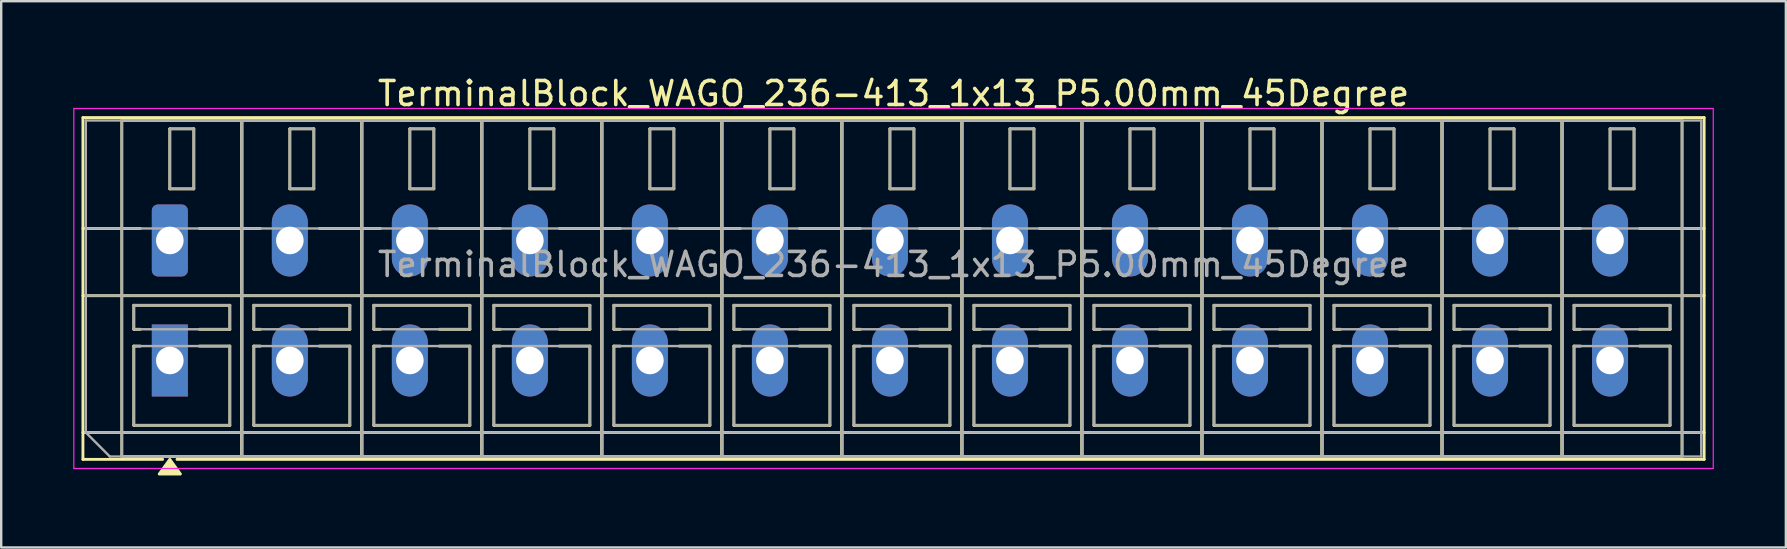
<source format=kicad_pcb>
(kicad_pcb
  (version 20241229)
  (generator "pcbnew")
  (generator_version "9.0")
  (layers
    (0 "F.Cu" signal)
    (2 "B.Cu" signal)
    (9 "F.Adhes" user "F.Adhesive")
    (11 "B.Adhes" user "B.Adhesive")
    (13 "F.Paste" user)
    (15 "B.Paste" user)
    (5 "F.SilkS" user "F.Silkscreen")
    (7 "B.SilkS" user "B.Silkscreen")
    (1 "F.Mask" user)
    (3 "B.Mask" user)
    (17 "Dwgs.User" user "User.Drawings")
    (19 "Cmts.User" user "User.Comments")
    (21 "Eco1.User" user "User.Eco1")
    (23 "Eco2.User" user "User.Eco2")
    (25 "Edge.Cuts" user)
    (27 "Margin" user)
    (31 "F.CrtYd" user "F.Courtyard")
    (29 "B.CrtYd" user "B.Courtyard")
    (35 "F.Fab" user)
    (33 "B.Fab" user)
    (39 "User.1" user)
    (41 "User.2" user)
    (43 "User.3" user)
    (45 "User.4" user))
  (footprint "TerminalBlock_WAGO_236-413_1x13_P5.00mm_45Degree"
    (layer "F.Cu")
    (at 4.025 6.968)
    (property "Reference" "TerminalBlock_WAGO_236-413_1x13_P5.00mm_45Degree" (at 30.15 -6.12 0) (layer "F.SilkS") (effects (font (size 1 1) (thickness 0.15))))
    (attr through_hole)
    (fp_line (start -3.62 -5.12) (end 63.92 -5.12) (stroke (width 0.12) (type solid)) (layer "F.SilkS"))
    (fp_line (start -3.62 -0.5) (end -1.23 -0.5) (stroke (width 0.12) (type solid)) (layer "F.SilkS"))
    (fp_line (start -3.62 2.3) (end 63.92 2.3) (stroke (width 0.12) (type solid)) (layer "F.SilkS"))
    (fp_line (start -3.62 8) (end 63.92 8) (stroke (width 0.12) (type solid)) (layer "F.SilkS"))
    (fp_line (start -3.62 9.12) (end -3.62 -5.12) (stroke (width 0.12) (type solid)) (layer "F.SilkS"))
    (fp_line (start -2 -5) (end 3 -5) (stroke (width 0.12) (type solid)) (layer "F.SilkS"))
    (fp_line (start -2 9) (end -2 -5) (stroke (width 0.12) (type solid)) (layer "F.SilkS"))
    (fp_line (start -1.5 2.7) (end 2.5 2.7) (stroke (width 0.12) (type solid)) (layer "F.SilkS"))
    (fp_line (start -1.5 3.7) (end -1.5 2.7) (stroke (width 0.12) (type solid)) (layer "F.SilkS"))
    (fp_line (start -1.5 4.4) (end -1.23 4.4) (stroke (width 0.12) (type solid)) (layer "F.SilkS"))
    (fp_line (start -1.5 7.7) (end -1.5 4.4) (stroke (width 0.12) (type solid)) (layer "F.SilkS"))
    (fp_line (start -1.23 3.7) (end -1.5 3.7) (stroke (width 0.12) (type solid)) (layer "F.SilkS"))
    (fp_line (start -0.3 9.12) (end -3.62 9.12) (stroke (width 0.12) (type solid)) (layer "F.SilkS"))
    (fp_line (start 0 -4.65) (end 1 -4.65) (stroke (width 0.12) (type solid)) (layer "F.SilkS"))
    (fp_line (start 0 -2.15) (end 0 -4.65) (stroke (width 0.12) (type solid)) (layer "F.SilkS"))
    (fp_line (start 1 -4.65) (end 1 -2.15) (stroke (width 0.12) (type solid)) (layer "F.SilkS"))
    (fp_line (start 1 -2.15) (end 0 -2.15) (stroke (width 0.12) (type solid)) (layer "F.SilkS"))
    (fp_line (start 1.23 -0.5) (end 3.77 -0.5) (stroke (width 0.12) (type solid)) (layer "F.SilkS"))
    (fp_line (start 1.23 4.4) (end 2.5 4.4) (stroke (width 0.12) (type solid)) (layer "F.SilkS"))
    (fp_line (start 2.5 2.7) (end 2.5 3.7) (stroke (width 0.12) (type solid)) (layer "F.SilkS"))
    (fp_line (start 2.5 3.7) (end 1.23 3.7) (stroke (width 0.12) (type solid)) (layer "F.SilkS"))
    (fp_line (start 2.5 4.4) (end 2.5 7.7) (stroke (width 0.12) (type solid)) (layer "F.SilkS"))
    (fp_line (start 2.5 7.7) (end -1.5 7.7) (stroke (width 0.12) (type solid)) (layer "F.SilkS"))
    (fp_line (start 3 -5) (end 3 9) (stroke (width 0.12) (type solid)) (layer "F.SilkS"))
    (fp_line (start 3 -5) (end 8 -5) (stroke (width 0.12) (type solid)) (layer "F.SilkS"))
    (fp_line (start 3 9) (end -2 9) (stroke (width 0.12) (type solid)) (layer "F.SilkS"))
    (fp_line (start 3 9) (end 3 -5) (stroke (width 0.12) (type solid)) (layer "F.SilkS"))
    (fp_line (start 3.5 2.7) (end 7.5 2.7) (stroke (width 0.12) (type solid)) (layer "F.SilkS"))
    (fp_line (start 3.5 3.7) (end 3.5 2.7) (stroke (width 0.12) (type solid)) (layer "F.SilkS"))
    (fp_line (start 3.5 4.4) (end 3.77 4.4) (stroke (width 0.12) (type solid)) (layer "F.SilkS"))
    (fp_line (start 3.5 7.7) (end 3.5 4.4) (stroke (width 0.12) (type solid)) (layer "F.SilkS"))
    (fp_line (start 3.77 3.7) (end 3.5 3.7) (stroke (width 0.12) (type solid)) (layer "F.SilkS"))
    (fp_line (start 5 -4.65) (end 6 -4.65) (stroke (width 0.12) (type solid)) (layer "F.SilkS"))
    (fp_line (start 5 -2.15) (end 5 -4.65) (stroke (width 0.12) (type solid)) (layer "F.SilkS"))
    (fp_line (start 6 -4.65) (end 6 -2.15) (stroke (width 0.12) (type solid)) (layer "F.SilkS"))
    (fp_line (start 6 -2.15) (end 5 -2.15) (stroke (width 0.12) (type solid)) (layer "F.SilkS"))
    (fp_line (start 6.23 -0.5) (end 8.77 -0.5) (stroke (width 0.12) (type solid)) (layer "F.SilkS"))
    (fp_line (start 6.23 4.4) (end 7.5 4.4) (stroke (width 0.12) (type solid)) (layer "F.SilkS"))
    (fp_line (start 7.5 2.7) (end 7.5 3.7) (stroke (width 0.12) (type solid)) (layer "F.SilkS"))
    (fp_line (start 7.5 3.7) (end 6.23 3.7) (stroke (width 0.12) (type solid)) (layer "F.SilkS"))
    (fp_line (start 7.5 4.4) (end 7.5 7.7) (stroke (width 0.12) (type solid)) (layer "F.SilkS"))
    (fp_line (start 7.5 7.7) (end 3.5 7.7) (stroke (width 0.12) (type solid)) (layer "F.SilkS"))
    (fp_line (start 8 -5) (end 8 9) (stroke (width 0.12) (type solid)) (layer "F.SilkS"))
    (fp_line (start 8 -5) (end 13 -5) (stroke (width 0.12) (type solid)) (layer "F.SilkS"))
    (fp_line (start 8 9) (end 3 9) (stroke (width 0.12) (type solid)) (layer "F.SilkS"))
    (fp_line (start 8 9) (end 8 -5) (stroke (width 0.12) (type solid)) (layer "F.SilkS"))
    (fp_line (start 8.5 2.7) (end 12.5 2.7) (stroke (width 0.12) (type solid)) (layer "F.SilkS"))
    (fp_line (start 8.5 3.7) (end 8.5 2.7) (stroke (width 0.12) (type solid)) (layer "F.SilkS"))
    (fp_line (start 8.5 4.4) (end 8.77 4.4) (stroke (width 0.12) (type solid)) (layer "F.SilkS"))
    (fp_line (start 8.5 7.7) (end 8.5 4.4) (stroke (width 0.12) (type solid)) (layer "F.SilkS"))
    (fp_line (start 8.77 3.7) (end 8.5 3.7) (stroke (width 0.12) (type solid)) (layer "F.SilkS"))
    (fp_line (start 10 -4.65) (end 11 -4.65) (stroke (width 0.12) (type solid)) (layer "F.SilkS"))
    (fp_line (start 10 -2.15) (end 10 -4.65) (stroke (width 0.12) (type solid)) (layer "F.SilkS"))
    (fp_line (start 11 -4.65) (end 11 -2.15) (stroke (width 0.12) (type solid)) (layer "F.SilkS"))
    (fp_line (start 11 -2.15) (end 10 -2.15) (stroke (width 0.12) (type solid)) (layer "F.SilkS"))
    (fp_line (start 11.23 -0.5) (end 13.77 -0.5) (stroke (width 0.12) (type solid)) (layer "F.SilkS"))
    (fp_line (start 11.23 4.4) (end 12.5 4.4) (stroke (width 0.12) (type solid)) (layer "F.SilkS"))
    (fp_line (start 12.5 2.7) (end 12.5 3.7) (stroke (width 0.12) (type solid)) (layer "F.SilkS"))
    (fp_line (start 12.5 3.7) (end 11.23 3.7) (stroke (width 0.12) (type solid)) (layer "F.SilkS"))
    (fp_line (start 12.5 4.4) (end 12.5 7.7) (stroke (width 0.12) (type solid)) (layer "F.SilkS"))
    (fp_line (start 12.5 7.7) (end 8.5 7.7) (stroke (width 0.12) (type solid)) (layer "F.SilkS"))
    (fp_line (start 13 -5) (end 13 9) (stroke (width 0.12) (type solid)) (layer "F.SilkS"))
    (fp_line (start 13 -5) (end 18 -5) (stroke (width 0.12) (type solid)) (layer "F.SilkS"))
    (fp_line (start 13 9) (end 8 9) (stroke (width 0.12) (type solid)) (layer "F.SilkS"))
    (fp_line (start 13 9) (end 13 -5) (stroke (width 0.12) (type solid)) (layer "F.SilkS"))
    (fp_line (start 13.5 2.7) (end 17.5 2.7) (stroke (width 0.12) (type solid)) (layer "F.SilkS"))
    (fp_line (start 13.5 3.7) (end 13.5 2.7) (stroke (width 0.12) (type solid)) (layer "F.SilkS"))
    (fp_line (start 13.5 4.4) (end 13.77 4.4) (stroke (width 0.12) (type solid)) (layer "F.SilkS"))
    (fp_line (start 13.5 7.7) (end 13.5 4.4) (stroke (width 0.12) (type solid)) (layer "F.SilkS"))
    (fp_line (start 13.77 3.7) (end 13.5 3.7) (stroke (width 0.12) (type solid)) (layer "F.SilkS"))
    (fp_line (start 15 -4.65) (end 16 -4.65) (stroke (width 0.12) (type solid)) (layer "F.SilkS"))
    (fp_line (start 15 -2.15) (end 15 -4.65) (stroke (width 0.12) (type solid)) (layer "F.SilkS"))
    (fp_line (start 16 -4.65) (end 16 -2.15) (stroke (width 0.12) (type solid)) (layer "F.SilkS"))
    (fp_line (start 16 -2.15) (end 15 -2.15) (stroke (width 0.12) (type solid)) (layer "F.SilkS"))
    (fp_line (start 16.23 -0.5) (end 18.77 -0.5) (stroke (width 0.12) (type solid)) (layer "F.SilkS"))
    (fp_line (start 16.23 4.4) (end 17.5 4.4) (stroke (width 0.12) (type solid)) (layer "F.SilkS"))
    (fp_line (start 17.5 2.7) (end 17.5 3.7) (stroke (width 0.12) (type solid)) (layer "F.SilkS"))
    (fp_line (start 17.5 3.7) (end 16.23 3.7) (stroke (width 0.12) (type solid)) (layer "F.SilkS"))
    (fp_line (start 17.5 4.4) (end 17.5 7.7) (stroke (width 0.12) (type solid)) (layer "F.SilkS"))
    (fp_line (start 17.5 7.7) (end 13.5 7.7) (stroke (width 0.12) (type solid)) (layer "F.SilkS"))
    (fp_line (start 18 -5) (end 18 9) (stroke (width 0.12) (type solid)) (layer "F.SilkS"))
    (fp_line (start 18 -5) (end 23 -5) (stroke (width 0.12) (type solid)) (layer "F.SilkS"))
    (fp_line (start 18 9) (end 13 9) (stroke (width 0.12) (type solid)) (layer "F.SilkS"))
    (fp_line (start 18 9) (end 18 -5) (stroke (width 0.12) (type solid)) (layer "F.SilkS"))
    (fp_line (start 18.5 2.7) (end 22.5 2.7) (stroke (width 0.12) (type solid)) (layer "F.SilkS"))
    (fp_line (start 18.5 3.7) (end 18.5 2.7) (stroke (width 0.12) (type solid)) (layer "F.SilkS"))
    (fp_line (start 18.5 4.4) (end 18.77 4.4) (stroke (width 0.12) (type solid)) (layer "F.SilkS"))
    (fp_line (start 18.5 7.7) (end 18.5 4.4) (stroke (width 0.12) (type solid)) (layer "F.SilkS"))
    (fp_line (start 18.77 3.7) (end 18.5 3.7) (stroke (width 0.12) (type solid)) (layer "F.SilkS"))
    (fp_line (start 20 -4.65) (end 21 -4.65) (stroke (width 0.12) (type solid)) (layer "F.SilkS"))
    (fp_line (start 20 -2.15) (end 20 -4.65) (stroke (width 0.12) (type solid)) (layer "F.SilkS"))
    (fp_line (start 21 -4.65) (end 21 -2.15) (stroke (width 0.12) (type solid)) (layer "F.SilkS"))
    (fp_line (start 21 -2.15) (end 20 -2.15) (stroke (width 0.12) (type solid)) (layer "F.SilkS"))
    (fp_line (start 21.23 -0.5) (end 23.77 -0.5) (stroke (width 0.12) (type solid)) (layer "F.SilkS"))
    (fp_line (start 21.23 4.4) (end 22.5 4.4) (stroke (width 0.12) (type solid)) (layer "F.SilkS"))
    (fp_line (start 22.5 2.7) (end 22.5 3.7) (stroke (width 0.12) (type solid)) (layer "F.SilkS"))
    (fp_line (start 22.5 3.7) (end 21.23 3.7) (stroke (width 0.12) (type solid)) (layer "F.SilkS"))
    (fp_line (start 22.5 4.4) (end 22.5 7.7) (stroke (width 0.12) (type solid)) (layer "F.SilkS"))
    (fp_line (start 22.5 7.7) (end 18.5 7.7) (stroke (width 0.12) (type solid)) (layer "F.SilkS"))
    (fp_line (start 23 -5) (end 23 9) (stroke (width 0.12) (type solid)) (layer "F.SilkS"))
    (fp_line (start 23 -5) (end 28 -5) (stroke (width 0.12) (type solid)) (layer "F.SilkS"))
    (fp_line (start 23 9) (end 18 9) (stroke (width 0.12) (type solid)) (layer "F.SilkS"))
    (fp_line (start 23 9) (end 23 -5) (stroke (width 0.12) (type solid)) (layer "F.SilkS"))
    (fp_line (start 23.5 2.7) (end 27.5 2.7) (stroke (width 0.12) (type solid)) (layer "F.SilkS"))
    (fp_line (start 23.5 3.7) (end 23.5 2.7) (stroke (width 0.12) (type solid)) (layer "F.SilkS"))
    (fp_line (start 23.5 4.4) (end 23.77 4.4) (stroke (width 0.12) (type solid)) (layer "F.SilkS"))
    (fp_line (start 23.5 7.7) (end 23.5 4.4) (stroke (width 0.12) (type solid)) (layer "F.SilkS"))
    (fp_line (start 23.77 3.7) (end 23.5 3.7) (stroke (width 0.12) (type solid)) (layer "F.SilkS"))
    (fp_line (start 25 -4.65) (end 26 -4.65) (stroke (width 0.12) (type solid)) (layer "F.SilkS"))
    (fp_line (start 25 -2.15) (end 25 -4.65) (stroke (width 0.12) (type solid)) (layer "F.SilkS"))
    (fp_line (start 26 -4.65) (end 26 -2.15) (stroke (width 0.12) (type solid)) (layer "F.SilkS"))
    (fp_line (start 26 -2.15) (end 25 -2.15) (stroke (width 0.12) (type solid)) (layer "F.SilkS"))
    (fp_line (start 26.23 -0.5) (end 28.77 -0.5) (stroke (width 0.12) (type solid)) (layer "F.SilkS"))
    (fp_line (start 26.23 4.4) (end 27.5 4.4) (stroke (width 0.12) (type solid)) (layer "F.SilkS"))
    (fp_line (start 27.5 2.7) (end 27.5 3.7) (stroke (width 0.12) (type solid)) (layer "F.SilkS"))
    (fp_line (start 27.5 3.7) (end 26.23 3.7) (stroke (width 0.12) (type solid)) (layer "F.SilkS"))
    (fp_line (start 27.5 4.4) (end 27.5 7.7) (stroke (width 0.12) (type solid)) (layer "F.SilkS"))
    (fp_line (start 27.5 7.7) (end 23.5 7.7) (stroke (width 0.12) (type solid)) (layer "F.SilkS"))
    (fp_line (start 28 -5) (end 28 9) (stroke (width 0.12) (type solid)) (layer "F.SilkS"))
    (fp_line (start 28 -5) (end 33 -5) (stroke (width 0.12) (type solid)) (layer "F.SilkS"))
    (fp_line (start 28 9) (end 23 9) (stroke (width 0.12) (type solid)) (layer "F.SilkS"))
    (fp_line (start 28 9) (end 28 -5) (stroke (width 0.12) (type solid)) (layer "F.SilkS"))
    (fp_line (start 28.5 2.7) (end 32.5 2.7) (stroke (width 0.12) (type solid)) (layer "F.SilkS"))
    (fp_line (start 28.5 3.7) (end 28.5 2.7) (stroke (width 0.12) (type solid)) (layer "F.SilkS"))
    (fp_line (start 28.5 4.4) (end 28.77 4.4) (stroke (width 0.12) (type solid)) (layer "F.SilkS"))
    (fp_line (start 28.5 7.7) (end 28.5 4.4) (stroke (width 0.12) (type solid)) (layer "F.SilkS"))
    (fp_line (start 28.77 3.7) (end 28.5 3.7) (stroke (width 0.12) (type solid)) (layer "F.SilkS"))
    (fp_line (start 30 -4.65) (end 31 -4.65) (stroke (width 0.12) (type solid)) (layer "F.SilkS"))
    (fp_line (start 30 -2.15) (end 30 -4.65) (stroke (width 0.12) (type solid)) (layer "F.SilkS"))
    (fp_line (start 31 -4.65) (end 31 -2.15) (stroke (width 0.12) (type solid)) (layer "F.SilkS"))
    (fp_line (start 31 -2.15) (end 30 -2.15) (stroke (width 0.12) (type solid)) (layer "F.SilkS"))
    (fp_line (start 31.23 -0.5) (end 33.77 -0.5) (stroke (width 0.12) (type solid)) (layer "F.SilkS"))
    (fp_line (start 31.23 4.4) (end 32.5 4.4) (stroke (width 0.12) (type solid)) (layer "F.SilkS"))
    (fp_line (start 32.5 2.7) (end 32.5 3.7) (stroke (width 0.12) (type solid)) (layer "F.SilkS"))
    (fp_line (start 32.5 3.7) (end 31.23 3.7) (stroke (width 0.12) (type solid)) (layer "F.SilkS"))
    (fp_line (start 32.5 4.4) (end 32.5 7.7) (stroke (width 0.12) (type solid)) (layer "F.SilkS"))
    (fp_line (start 32.5 7.7) (end 28.5 7.7) (stroke (width 0.12) (type solid)) (layer "F.SilkS"))
    (fp_line (start 33 -5) (end 33 9) (stroke (width 0.12) (type solid)) (layer "F.SilkS"))
    (fp_line (start 33 -5) (end 38 -5) (stroke (width 0.12) (type solid)) (layer "F.SilkS"))
    (fp_line (start 33 9) (end 28 9) (stroke (width 0.12) (type solid)) (layer "F.SilkS"))
    (fp_line (start 33 9) (end 33 -5) (stroke (width 0.12) (type solid)) (layer "F.SilkS"))
    (fp_line (start 33.5 2.7) (end 37.5 2.7) (stroke (width 0.12) (type solid)) (layer "F.SilkS"))
    (fp_line (start 33.5 3.7) (end 33.5 2.7) (stroke (width 0.12) (type solid)) (layer "F.SilkS"))
    (fp_line (start 33.5 4.4) (end 33.77 4.4) (stroke (width 0.12) (type solid)) (layer "F.SilkS"))
    (fp_line (start 33.5 7.7) (end 33.5 4.4) (stroke (width 0.12) (type solid)) (layer "F.SilkS"))
    (fp_line (start 33.77 3.7) (end 33.5 3.7) (stroke (width 0.12) (type solid)) (layer "F.SilkS"))
    (fp_line (start 35 -4.65) (end 36 -4.65) (stroke (width 0.12) (type solid)) (layer "F.SilkS"))
    (fp_line (start 35 -2.15) (end 35 -4.65) (stroke (width 0.12) (type solid)) (layer "F.SilkS"))
    (fp_line (start 36 -4.65) (end 36 -2.15) (stroke (width 0.12) (type solid)) (layer "F.SilkS"))
    (fp_line (start 36 -2.15) (end 35 -2.15) (stroke (width 0.12) (type solid)) (layer "F.SilkS"))
    (fp_line (start 36.23 -0.5) (end 38.77 -0.5) (stroke (width 0.12) (type solid)) (layer "F.SilkS"))
    (fp_line (start 36.23 4.4) (end 37.5 4.4) (stroke (width 0.12) (type solid)) (layer "F.SilkS"))
    (fp_line (start 37.5 2.7) (end 37.5 3.7) (stroke (width 0.12) (type solid)) (layer "F.SilkS"))
    (fp_line (start 37.5 3.7) (end 36.23 3.7) (stroke (width 0.12) (type solid)) (layer "F.SilkS"))
    (fp_line (start 37.5 4.4) (end 37.5 7.7) (stroke (width 0.12) (type solid)) (layer "F.SilkS"))
    (fp_line (start 37.5 7.7) (end 33.5 7.7) (stroke (width 0.12) (type solid)) (layer "F.SilkS"))
    (fp_line (start 38 -5) (end 38 9) (stroke (width 0.12) (type solid)) (layer "F.SilkS"))
    (fp_line (start 38 -5) (end 43 -5) (stroke (width 0.12) (type solid)) (layer "F.SilkS"))
    (fp_line (start 38 9) (end 33 9) (stroke (width 0.12) (type solid)) (layer "F.SilkS"))
    (fp_line (start 38 9) (end 38 -5) (stroke (width 0.12) (type solid)) (layer "F.SilkS"))
    (fp_line (start 38.5 2.7) (end 42.5 2.7) (stroke (width 0.12) (type solid)) (layer "F.SilkS"))
    (fp_line (start 38.5 3.7) (end 38.5 2.7) (stroke (width 0.12) (type solid)) (layer "F.SilkS"))
    (fp_line (start 38.5 4.4) (end 38.77 4.4) (stroke (width 0.12) (type solid)) (layer "F.SilkS"))
    (fp_line (start 38.5 7.7) (end 38.5 4.4) (stroke (width 0.12) (type solid)) (layer "F.SilkS"))
    (fp_line (start 38.77 3.7) (end 38.5 3.7) (stroke (width 0.12) (type solid)) (layer "F.SilkS"))
    (fp_line (start 40 -4.65) (end 41 -4.65) (stroke (width 0.12) (type solid)) (layer "F.SilkS"))
    (fp_line (start 40 -2.15) (end 40 -4.65) (stroke (width 0.12) (type solid)) (layer "F.SilkS"))
    (fp_line (start 41 -4.65) (end 41 -2.15) (stroke (width 0.12) (type solid)) (layer "F.SilkS"))
    (fp_line (start 41 -2.15) (end 40 -2.15) (stroke (width 0.12) (type solid)) (layer "F.SilkS"))
    (fp_line (start 41.23 -0.5) (end 43.77 -0.5) (stroke (width 0.12) (type solid)) (layer "F.SilkS"))
    (fp_line (start 41.23 4.4) (end 42.5 4.4) (stroke (width 0.12) (type solid)) (layer "F.SilkS"))
    (fp_line (start 42.5 2.7) (end 42.5 3.7) (stroke (width 0.12) (type solid)) (layer "F.SilkS"))
    (fp_line (start 42.5 3.7) (end 41.23 3.7) (stroke (width 0.12) (type solid)) (layer "F.SilkS"))
    (fp_line (start 42.5 4.4) (end 42.5 7.7) (stroke (width 0.12) (type solid)) (layer "F.SilkS"))
    (fp_line (start 42.5 7.7) (end 38.5 7.7) (stroke (width 0.12) (type solid)) (layer "F.SilkS"))
    (fp_line (start 43 -5) (end 43 9) (stroke (width 0.12) (type solid)) (layer "F.SilkS"))
    (fp_line (start 43 -5) (end 48 -5) (stroke (width 0.12) (type solid)) (layer "F.SilkS"))
    (fp_line (start 43 9) (end 38 9) (stroke (width 0.12) (type solid)) (layer "F.SilkS"))
    (fp_line (start 43 9) (end 43 -5) (stroke (width 0.12) (type solid)) (layer "F.SilkS"))
    (fp_line (start 43.5 2.7) (end 47.5 2.7) (stroke (width 0.12) (type solid)) (layer "F.SilkS"))
    (fp_line (start 43.5 3.7) (end 43.5 2.7) (stroke (width 0.12) (type solid)) (layer "F.SilkS"))
    (fp_line (start 43.5 4.4) (end 43.77 4.4) (stroke (width 0.12) (type solid)) (layer "F.SilkS"))
    (fp_line (start 43.5 7.7) (end 43.5 4.4) (stroke (width 0.12) (type solid)) (layer "F.SilkS"))
    (fp_line (start 43.77 3.7) (end 43.5 3.7) (stroke (width 0.12) (type solid)) (layer "F.SilkS"))
    (fp_line (start 45 -4.65) (end 46 -4.65) (stroke (width 0.12) (type solid)) (layer "F.SilkS"))
    (fp_line (start 45 -2.15) (end 45 -4.65) (stroke (width 0.12) (type solid)) (layer "F.SilkS"))
    (fp_line (start 46 -4.65) (end 46 -2.15) (stroke (width 0.12) (type solid)) (layer "F.SilkS"))
    (fp_line (start 46 -2.15) (end 45 -2.15) (stroke (width 0.12) (type solid)) (layer "F.SilkS"))
    (fp_line (start 46.23 -0.5) (end 48.77 -0.5) (stroke (width 0.12) (type solid)) (layer "F.SilkS"))
    (fp_line (start 46.23 4.4) (end 47.5 4.4) (stroke (width 0.12) (type solid)) (layer "F.SilkS"))
    (fp_line (start 47.5 2.7) (end 47.5 3.7) (stroke (width 0.12) (type solid)) (layer "F.SilkS"))
    (fp_line (start 47.5 3.7) (end 46.23 3.7) (stroke (width 0.12) (type solid)) (layer "F.SilkS"))
    (fp_line (start 47.5 4.4) (end 47.5 7.7) (stroke (width 0.12) (type solid)) (layer "F.SilkS"))
    (fp_line (start 47.5 7.7) (end 43.5 7.7) (stroke (width 0.12) (type solid)) (layer "F.SilkS"))
    (fp_line (start 48 -5) (end 48 9) (stroke (width 0.12) (type solid)) (layer "F.SilkS"))
    (fp_line (start 48 -5) (end 53 -5) (stroke (width 0.12) (type solid)) (layer "F.SilkS"))
    (fp_line (start 48 9) (end 43 9) (stroke (width 0.12) (type solid)) (layer "F.SilkS"))
    (fp_line (start 48 9) (end 48 -5) (stroke (width 0.12) (type solid)) (layer "F.SilkS"))
    (fp_line (start 48.5 2.7) (end 52.5 2.7) (stroke (width 0.12) (type solid)) (layer "F.SilkS"))
    (fp_line (start 48.5 3.7) (end 48.5 2.7) (stroke (width 0.12) (type solid)) (layer "F.SilkS"))
    (fp_line (start 48.5 4.4) (end 48.77 4.4) (stroke (width 0.12) (type solid)) (layer "F.SilkS"))
    (fp_line (start 48.5 7.7) (end 48.5 4.4) (stroke (width 0.12) (type solid)) (layer "F.SilkS"))
    (fp_line (start 48.77 3.7) (end 48.5 3.7) (stroke (width 0.12) (type solid)) (layer "F.SilkS"))
    (fp_line (start 50 -4.65) (end 51 -4.65) (stroke (width 0.12) (type solid)) (layer "F.SilkS"))
    (fp_line (start 50 -2.15) (end 50 -4.65) (stroke (width 0.12) (type solid)) (layer "F.SilkS"))
    (fp_line (start 51 -4.65) (end 51 -2.15) (stroke (width 0.12) (type solid)) (layer "F.SilkS"))
    (fp_line (start 51 -2.15) (end 50 -2.15) (stroke (width 0.12) (type solid)) (layer "F.SilkS"))
    (fp_line (start 51.23 -0.5) (end 53.77 -0.5) (stroke (width 0.12) (type solid)) (layer "F.SilkS"))
    (fp_line (start 51.23 4.4) (end 52.5 4.4) (stroke (width 0.12) (type solid)) (layer "F.SilkS"))
    (fp_line (start 52.5 2.7) (end 52.5 3.7) (stroke (width 0.12) (type solid)) (layer "F.SilkS"))
    (fp_line (start 52.5 3.7) (end 51.23 3.7) (stroke (width 0.12) (type solid)) (layer "F.SilkS"))
    (fp_line (start 52.5 4.4) (end 52.5 7.7) (stroke (width 0.12) (type solid)) (layer "F.SilkS"))
    (fp_line (start 52.5 7.7) (end 48.5 7.7) (stroke (width 0.12) (type solid)) (layer "F.SilkS"))
    (fp_line (start 53 -5) (end 53 9) (stroke (width 0.12) (type solid)) (layer "F.SilkS"))
    (fp_line (start 53 -5) (end 58 -5) (stroke (width 0.12) (type solid)) (layer "F.SilkS"))
    (fp_line (start 53 9) (end 48 9) (stroke (width 0.12) (type solid)) (layer "F.SilkS"))
    (fp_line (start 53 9) (end 53 -5) (stroke (width 0.12) (type solid)) (layer "F.SilkS"))
    (fp_line (start 53.5 2.7) (end 57.5 2.7) (stroke (width 0.12) (type solid)) (layer "F.SilkS"))
    (fp_line (start 53.5 3.7) (end 53.5 2.7) (stroke (width 0.12) (type solid)) (layer "F.SilkS"))
    (fp_line (start 53.5 4.4) (end 53.77 4.4) (stroke (width 0.12) (type solid)) (layer "F.SilkS"))
    (fp_line (start 53.5 7.7) (end 53.5 4.4) (stroke (width 0.12) (type solid)) (layer "F.SilkS"))
    (fp_line (start 53.77 3.7) (end 53.5 3.7) (stroke (width 0.12) (type solid)) (layer "F.SilkS"))
    (fp_line (start 55 -4.65) (end 56 -4.65) (stroke (width 0.12) (type solid)) (layer "F.SilkS"))
    (fp_line (start 55 -2.15) (end 55 -4.65) (stroke (width 0.12) (type solid)) (layer "F.SilkS"))
    (fp_line (start 56 -4.65) (end 56 -2.15) (stroke (width 0.12) (type solid)) (layer "F.SilkS"))
    (fp_line (start 56 -2.15) (end 55 -2.15) (stroke (width 0.12) (type solid)) (layer "F.SilkS"))
    (fp_line (start 56.23 -0.5) (end 58.77 -0.5) (stroke (width 0.12) (type solid)) (layer "F.SilkS"))
    (fp_line (start 56.23 4.4) (end 57.5 4.4) (stroke (width 0.12) (type solid)) (layer "F.SilkS"))
    (fp_line (start 57.5 2.7) (end 57.5 3.7) (stroke (width 0.12) (type solid)) (layer "F.SilkS"))
    (fp_line (start 57.5 3.7) (end 56.23 3.7) (stroke (width 0.12) (type solid)) (layer "F.SilkS"))
    (fp_line (start 57.5 4.4) (end 57.5 7.7) (stroke (width 0.12) (type solid)) (layer "F.SilkS"))
    (fp_line (start 57.5 7.7) (end 53.5 7.7) (stroke (width 0.12) (type solid)) (layer "F.SilkS"))
    (fp_line (start 58 -5) (end 58 9) (stroke (width 0.12) (type solid)) (layer "F.SilkS"))
    (fp_line (start 58 -5) (end 63 -5) (stroke (width 0.12) (type solid)) (layer "F.SilkS"))
    (fp_line (start 58 9) (end 53 9) (stroke (width 0.12) (type solid)) (layer "F.SilkS"))
    (fp_line (start 58 9) (end 58 -5) (stroke (width 0.12) (type solid)) (layer "F.SilkS"))
    (fp_line (start 58.5 2.7) (end 62.5 2.7) (stroke (width 0.12) (type solid)) (layer "F.SilkS"))
    (fp_line (start 58.5 3.7) (end 58.5 2.7) (stroke (width 0.12) (type solid)) (layer "F.SilkS"))
    (fp_line (start 58.5 4.4) (end 58.77 4.4) (stroke (width 0.12) (type solid)) (layer "F.SilkS"))
    (fp_line (start 58.5 7.7) (end 58.5 4.4) (stroke (width 0.12) (type solid)) (layer "F.SilkS"))
    (fp_line (start 58.77 3.7) (end 58.5 3.7) (stroke (width 0.12) (type solid)) (layer "F.SilkS"))
    (fp_line (start 60 -4.65) (end 61 -4.65) (stroke (width 0.12) (type solid)) (layer "F.SilkS"))
    (fp_line (start 60 -2.15) (end 60 -4.65) (stroke (width 0.12) (type solid)) (layer "F.SilkS"))
    (fp_line (start 61 -4.65) (end 61 -2.15) (stroke (width 0.12) (type solid)) (layer "F.SilkS"))
    (fp_line (start 61 -2.15) (end 60 -2.15) (stroke (width 0.12) (type solid)) (layer "F.SilkS"))
    (fp_line (start 61.23 -0.5) (end 63.92 -0.5) (stroke (width 0.12) (type solid)) (layer "F.SilkS"))
    (fp_line (start 61.23 4.4) (end 62.5 4.4) (stroke (width 0.12) (type solid)) (layer "F.SilkS"))
    (fp_line (start 62.5 2.7) (end 62.5 3.7) (stroke (width 0.12) (type solid)) (layer "F.SilkS"))
    (fp_line (start 62.5 3.7) (end 61.23 3.7) (stroke (width 0.12) (type solid)) (layer "F.SilkS"))
    (fp_line (start 62.5 4.4) (end 62.5 7.7) (stroke (width 0.12) (type solid)) (layer "F.SilkS"))
    (fp_line (start 62.5 7.7) (end 58.5 7.7) (stroke (width 0.12) (type solid)) (layer "F.SilkS"))
    (fp_line (start 63 -5) (end 63 9) (stroke (width 0.12) (type solid)) (layer "F.SilkS"))
    (fp_line (start 63 9) (end 58 9) (stroke (width 0.12) (type solid)) (layer "F.SilkS"))
    (fp_line (start 63.92 -5.12) (end 63.92 9.12) (stroke (width 0.12) (type solid)) (layer "F.SilkS"))
    (fp_line (start 63.92 9.12) (end 0.3 9.12) (stroke (width 0.12) (type solid)) (layer "F.SilkS"))
    (fp_poly (pts (xy 0 9.12) (xy 0.44 9.73) (xy -0.44 9.73)) (stroke (width 0.12) (type solid)) (fill yes) (layer "F.SilkS"))
    (fp_line (start -4 -5.5) (end -4 9.5) (stroke (width 0.05) (type solid)) (layer "F.CrtYd"))
    (fp_line (start -4 9.5) (end 64.3 9.5) (stroke (width 0.05) (type solid)) (layer "F.CrtYd"))
    (fp_line (start 64.3 -5.5) (end -4 -5.5) (stroke (width 0.05) (type solid)) (layer "F.CrtYd"))
    (fp_line (start 64.3 9.5) (end 64.3 -5.5) (stroke (width 0.05) (type solid)) (layer "F.CrtYd"))
    (fp_line (start -3.5 -5) (end 63.8 -5) (stroke (width 0.1) (type solid)) (layer "F.Fab"))
    (fp_line (start -3.5 -0.5) (end 63.8 -0.5) (stroke (width 0.1) (type solid)) (layer "F.Fab"))
    (fp_line (start -3.5 2.3) (end 63.8 2.3) (stroke (width 0.1) (type solid)) (layer "F.Fab"))
    (fp_line (start -3.5 8) (end -3.5 -5) (stroke (width 0.1) (type solid)) (layer "F.Fab"))
    (fp_line (start -3.5 8) (end 63.8 8) (stroke (width 0.1) (type solid)) (layer "F.Fab"))
    (fp_line (start -2.5 9) (end -3.5 8) (stroke (width 0.1) (type solid)) (layer "F.Fab"))
    (fp_line (start -2 -5) (end -2 9) (stroke (width 0.1) (type solid)) (layer "F.Fab"))
    (fp_line (start -2 9) (end 3 9) (stroke (width 0.1) (type solid)) (layer "F.Fab"))
    (fp_line (start -1.5 2.7) (end -1.5 3.7) (stroke (width 0.1) (type solid)) (layer "F.Fab"))
    (fp_line (start -1.5 3.7) (end 2.5 3.7) (stroke (width 0.1) (type solid)) (layer "F.Fab"))
    (fp_line (start -1.5 4.4) (end -1.5 7.7) (stroke (width 0.1) (type solid)) (layer "F.Fab"))
    (fp_line (start -1.5 7.7) (end 2.5 7.7) (stroke (width 0.1) (type solid)) (layer "F.Fab"))
    (fp_line (start 0 -4.65) (end 0 -2.15) (stroke (width 0.1) (type solid)) (layer "F.Fab"))
    (fp_line (start 0 -2.15) (end 1 -2.15) (stroke (width 0.1) (type solid)) (layer "F.Fab"))
    (fp_line (start 1 -4.65) (end 0 -4.65) (stroke (width 0.1) (type solid)) (layer "F.Fab"))
    (fp_line (start 1 -2.15) (end 1 -4.65) (stroke (width 0.1) (type solid)) (layer "F.Fab"))
    (fp_line (start 2.5 2.7) (end -1.5 2.7) (stroke (width 0.1) (type solid)) (layer "F.Fab"))
    (fp_line (start 2.5 3.7) (end 2.5 2.7) (stroke (width 0.1) (type solid)) (layer "F.Fab"))
    (fp_line (start 2.5 4.4) (end -1.5 4.4) (stroke (width 0.1) (type solid)) (layer "F.Fab"))
    (fp_line (start 2.5 7.7) (end 2.5 4.4) (stroke (width 0.1) (type solid)) (layer "F.Fab"))
    (fp_line (start 3 -5) (end -2 -5) (stroke (width 0.1) (type solid)) (layer "F.Fab"))
    (fp_line (start 3 -5) (end 3 9) (stroke (width 0.1) (type solid)) (layer "F.Fab"))
    (fp_line (start 3 9) (end 3 -5) (stroke (width 0.1) (type solid)) (layer "F.Fab"))
    (fp_line (start 3 9) (end 8 9) (stroke (width 0.1) (type solid)) (layer "F.Fab"))
    (fp_line (start 3.5 2.7) (end 3.5 3.7) (stroke (width 0.1) (type solid)) (layer "F.Fab"))
    (fp_line (start 3.5 3.7) (end 7.5 3.7) (stroke (width 0.1) (type solid)) (layer "F.Fab"))
    (fp_line (start 3.5 4.4) (end 3.5 7.7) (stroke (width 0.1) (type solid)) (layer "F.Fab"))
    (fp_line (start 3.5 7.7) (end 7.5 7.7) (stroke (width 0.1) (type solid)) (layer "F.Fab"))
    (fp_line (start 5 -4.65) (end 5 -2.15) (stroke (width 0.1) (type solid)) (layer "F.Fab"))
    (fp_line (start 5 -2.15) (end 6 -2.15) (stroke (width 0.1) (type solid)) (layer "F.Fab"))
    (fp_line (start 6 -4.65) (end 5 -4.65) (stroke (width 0.1) (type solid)) (layer "F.Fab"))
    (fp_line (start 6 -2.15) (end 6 -4.65) (stroke (width 0.1) (type solid)) (layer "F.Fab"))
    (fp_line (start 7.5 2.7) (end 3.5 2.7) (stroke (width 0.1) (type solid)) (layer "F.Fab"))
    (fp_line (start 7.5 3.7) (end 7.5 2.7) (stroke (width 0.1) (type solid)) (layer "F.Fab"))
    (fp_line (start 7.5 4.4) (end 3.5 4.4) (stroke (width 0.1) (type solid)) (layer "F.Fab"))
    (fp_line (start 7.5 7.7) (end 7.5 4.4) (stroke (width 0.1) (type solid)) (layer "F.Fab"))
    (fp_line (start 8 -5) (end 3 -5) (stroke (width 0.1) (type solid)) (layer "F.Fab"))
    (fp_line (start 8 -5) (end 8 9) (stroke (width 0.1) (type solid)) (layer "F.Fab"))
    (fp_line (start 8 9) (end 8 -5) (stroke (width 0.1) (type solid)) (layer "F.Fab"))
    (fp_line (start 8 9) (end 13 9) (stroke (width 0.1) (type solid)) (layer "F.Fab"))
    (fp_line (start 8.5 2.7) (end 8.5 3.7) (stroke (width 0.1) (type solid)) (layer "F.Fab"))
    (fp_line (start 8.5 3.7) (end 12.5 3.7) (stroke (width 0.1) (type solid)) (layer "F.Fab"))
    (fp_line (start 8.5 4.4) (end 8.5 7.7) (stroke (width 0.1) (type solid)) (layer "F.Fab"))
    (fp_line (start 8.5 7.7) (end 12.5 7.7) (stroke (width 0.1) (type solid)) (layer "F.Fab"))
    (fp_line (start 10 -4.65) (end 10 -2.15) (stroke (width 0.1) (type solid)) (layer "F.Fab"))
    (fp_line (start 10 -2.15) (end 11 -2.15) (stroke (width 0.1) (type solid)) (layer "F.Fab"))
    (fp_line (start 11 -4.65) (end 10 -4.65) (stroke (width 0.1) (type solid)) (layer "F.Fab"))
    (fp_line (start 11 -2.15) (end 11 -4.65) (stroke (width 0.1) (type solid)) (layer "F.Fab"))
    (fp_line (start 12.5 2.7) (end 8.5 2.7) (stroke (width 0.1) (type solid)) (layer "F.Fab"))
    (fp_line (start 12.5 3.7) (end 12.5 2.7) (stroke (width 0.1) (type solid)) (layer "F.Fab"))
    (fp_line (start 12.5 4.4) (end 8.5 4.4) (stroke (width 0.1) (type solid)) (layer "F.Fab"))
    (fp_line (start 12.5 7.7) (end 12.5 4.4) (stroke (width 0.1) (type solid)) (layer "F.Fab"))
    (fp_line (start 13 -5) (end 8 -5) (stroke (width 0.1) (type solid)) (layer "F.Fab"))
    (fp_line (start 13 -5) (end 13 9) (stroke (width 0.1) (type solid)) (layer "F.Fab"))
    (fp_line (start 13 9) (end 13 -5) (stroke (width 0.1) (type solid)) (layer "F.Fab"))
    (fp_line (start 13 9) (end 18 9) (stroke (width 0.1) (type solid)) (layer "F.Fab"))
    (fp_line (start 13.5 2.7) (end 13.5 3.7) (stroke (width 0.1) (type solid)) (layer "F.Fab"))
    (fp_line (start 13.5 3.7) (end 17.5 3.7) (stroke (width 0.1) (type solid)) (layer "F.Fab"))
    (fp_line (start 13.5 4.4) (end 13.5 7.7) (stroke (width 0.1) (type solid)) (layer "F.Fab"))
    (fp_line (start 13.5 7.7) (end 17.5 7.7) (stroke (width 0.1) (type solid)) (layer "F.Fab"))
    (fp_line (start 15 -4.65) (end 15 -2.15) (stroke (width 0.1) (type solid)) (layer "F.Fab"))
    (fp_line (start 15 -2.15) (end 16 -2.15) (stroke (width 0.1) (type solid)) (layer "F.Fab"))
    (fp_line (start 16 -4.65) (end 15 -4.65) (stroke (width 0.1) (type solid)) (layer "F.Fab"))
    (fp_line (start 16 -2.15) (end 16 -4.65) (stroke (width 0.1) (type solid)) (layer "F.Fab"))
    (fp_line (start 17.5 2.7) (end 13.5 2.7) (stroke (width 0.1) (type solid)) (layer "F.Fab"))
    (fp_line (start 17.5 3.7) (end 17.5 2.7) (stroke (width 0.1) (type solid)) (layer "F.Fab"))
    (fp_line (start 17.5 4.4) (end 13.5 4.4) (stroke (width 0.1) (type solid)) (layer "F.Fab"))
    (fp_line (start 17.5 7.7) (end 17.5 4.4) (stroke (width 0.1) (type solid)) (layer "F.Fab"))
    (fp_line (start 18 -5) (end 13 -5) (stroke (width 0.1) (type solid)) (layer "F.Fab"))
    (fp_line (start 18 -5) (end 18 9) (stroke (width 0.1) (type solid)) (layer "F.Fab"))
    (fp_line (start 18 9) (end 18 -5) (stroke (width 0.1) (type solid)) (layer "F.Fab"))
    (fp_line (start 18 9) (end 23 9) (stroke (width 0.1) (type solid)) (layer "F.Fab"))
    (fp_line (start 18.5 2.7) (end 18.5 3.7) (stroke (width 0.1) (type solid)) (layer "F.Fab"))
    (fp_line (start 18.5 3.7) (end 22.5 3.7) (stroke (width 0.1) (type solid)) (layer "F.Fab"))
    (fp_line (start 18.5 4.4) (end 18.5 7.7) (stroke (width 0.1) (type solid)) (layer "F.Fab"))
    (fp_line (start 18.5 7.7) (end 22.5 7.7) (stroke (width 0.1) (type solid)) (layer "F.Fab"))
    (fp_line (start 20 -4.65) (end 20 -2.15) (stroke (width 0.1) (type solid)) (layer "F.Fab"))
    (fp_line (start 20 -2.15) (end 21 -2.15) (stroke (width 0.1) (type solid)) (layer "F.Fab"))
    (fp_line (start 21 -4.65) (end 20 -4.65) (stroke (width 0.1) (type solid)) (layer "F.Fab"))
    (fp_line (start 21 -2.15) (end 21 -4.65) (stroke (width 0.1) (type solid)) (layer "F.Fab"))
    (fp_line (start 22.5 2.7) (end 18.5 2.7) (stroke (width 0.1) (type solid)) (layer "F.Fab"))
    (fp_line (start 22.5 3.7) (end 22.5 2.7) (stroke (width 0.1) (type solid)) (layer "F.Fab"))
    (fp_line (start 22.5 4.4) (end 18.5 4.4) (stroke (width 0.1) (type solid)) (layer "F.Fab"))
    (fp_line (start 22.5 7.7) (end 22.5 4.4) (stroke (width 0.1) (type solid)) (layer "F.Fab"))
    (fp_line (start 23 -5) (end 18 -5) (stroke (width 0.1) (type solid)) (layer "F.Fab"))
    (fp_line (start 23 -5) (end 23 9) (stroke (width 0.1) (type solid)) (layer "F.Fab"))
    (fp_line (start 23 9) (end 23 -5) (stroke (width 0.1) (type solid)) (layer "F.Fab"))
    (fp_line (start 23 9) (end 28 9) (stroke (width 0.1) (type solid)) (layer "F.Fab"))
    (fp_line (start 23.5 2.7) (end 23.5 3.7) (stroke (width 0.1) (type solid)) (layer "F.Fab"))
    (fp_line (start 23.5 3.7) (end 27.5 3.7) (stroke (width 0.1) (type solid)) (layer "F.Fab"))
    (fp_line (start 23.5 4.4) (end 23.5 7.7) (stroke (width 0.1) (type solid)) (layer "F.Fab"))
    (fp_line (start 23.5 7.7) (end 27.5 7.7) (stroke (width 0.1) (type solid)) (layer "F.Fab"))
    (fp_line (start 25 -4.65) (end 25 -2.15) (stroke (width 0.1) (type solid)) (layer "F.Fab"))
    (fp_line (start 25 -2.15) (end 26 -2.15) (stroke (width 0.1) (type solid)) (layer "F.Fab"))
    (fp_line (start 26 -4.65) (end 25 -4.65) (stroke (width 0.1) (type solid)) (layer "F.Fab"))
    (fp_line (start 26 -2.15) (end 26 -4.65) (stroke (width 0.1) (type solid)) (layer "F.Fab"))
    (fp_line (start 27.5 2.7) (end 23.5 2.7) (stroke (width 0.1) (type solid)) (layer "F.Fab"))
    (fp_line (start 27.5 3.7) (end 27.5 2.7) (stroke (width 0.1) (type solid)) (layer "F.Fab"))
    (fp_line (start 27.5 4.4) (end 23.5 4.4) (stroke (width 0.1) (type solid)) (layer "F.Fab"))
    (fp_line (start 27.5 7.7) (end 27.5 4.4) (stroke (width 0.1) (type solid)) (layer "F.Fab"))
    (fp_line (start 28 -5) (end 23 -5) (stroke (width 0.1) (type solid)) (layer "F.Fab"))
    (fp_line (start 28 -5) (end 28 9) (stroke (width 0.1) (type solid)) (layer "F.Fab"))
    (fp_line (start 28 9) (end 28 -5) (stroke (width 0.1) (type solid)) (layer "F.Fab"))
    (fp_line (start 28 9) (end 33 9) (stroke (width 0.1) (type solid)) (layer "F.Fab"))
    (fp_line (start 28.5 2.7) (end 28.5 3.7) (stroke (width 0.1) (type solid)) (layer "F.Fab"))
    (fp_line (start 28.5 3.7) (end 32.5 3.7) (stroke (width 0.1) (type solid)) (layer "F.Fab"))
    (fp_line (start 28.5 4.4) (end 28.5 7.7) (stroke (width 0.1) (type solid)) (layer "F.Fab"))
    (fp_line (start 28.5 7.7) (end 32.5 7.7) (stroke (width 0.1) (type solid)) (layer "F.Fab"))
    (fp_line (start 30 -4.65) (end 30 -2.15) (stroke (width 0.1) (type solid)) (layer "F.Fab"))
    (fp_line (start 30 -2.15) (end 31 -2.15) (stroke (width 0.1) (type solid)) (layer "F.Fab"))
    (fp_line (start 31 -4.65) (end 30 -4.65) (stroke (width 0.1) (type solid)) (layer "F.Fab"))
    (fp_line (start 31 -2.15) (end 31 -4.65) (stroke (width 0.1) (type solid)) (layer "F.Fab"))
    (fp_line (start 32.5 2.7) (end 28.5 2.7) (stroke (width 0.1) (type solid)) (layer "F.Fab"))
    (fp_line (start 32.5 3.7) (end 32.5 2.7) (stroke (width 0.1) (type solid)) (layer "F.Fab"))
    (fp_line (start 32.5 4.4) (end 28.5 4.4) (stroke (width 0.1) (type solid)) (layer "F.Fab"))
    (fp_line (start 32.5 7.7) (end 32.5 4.4) (stroke (width 0.1) (type solid)) (layer "F.Fab"))
    (fp_line (start 33 -5) (end 28 -5) (stroke (width 0.1) (type solid)) (layer "F.Fab"))
    (fp_line (start 33 -5) (end 33 9) (stroke (width 0.1) (type solid)) (layer "F.Fab"))
    (fp_line (start 33 9) (end 33 -5) (stroke (width 0.1) (type solid)) (layer "F.Fab"))
    (fp_line (start 33 9) (end 38 9) (stroke (width 0.1) (type solid)) (layer "F.Fab"))
    (fp_line (start 33.5 2.7) (end 33.5 3.7) (stroke (width 0.1) (type solid)) (layer "F.Fab"))
    (fp_line (start 33.5 3.7) (end 37.5 3.7) (stroke (width 0.1) (type solid)) (layer "F.Fab"))
    (fp_line (start 33.5 4.4) (end 33.5 7.7) (stroke (width 0.1) (type solid)) (layer "F.Fab"))
    (fp_line (start 33.5 7.7) (end 37.5 7.7) (stroke (width 0.1) (type solid)) (layer "F.Fab"))
    (fp_line (start 35 -4.65) (end 35 -2.15) (stroke (width 0.1) (type solid)) (layer "F.Fab"))
    (fp_line (start 35 -2.15) (end 36 -2.15) (stroke (width 0.1) (type solid)) (layer "F.Fab"))
    (fp_line (start 36 -4.65) (end 35 -4.65) (stroke (width 0.1) (type solid)) (layer "F.Fab"))
    (fp_line (start 36 -2.15) (end 36 -4.65) (stroke (width 0.1) (type solid)) (layer "F.Fab"))
    (fp_line (start 37.5 2.7) (end 33.5 2.7) (stroke (width 0.1) (type solid)) (layer "F.Fab"))
    (fp_line (start 37.5 3.7) (end 37.5 2.7) (stroke (width 0.1) (type solid)) (layer "F.Fab"))
    (fp_line (start 37.5 4.4) (end 33.5 4.4) (stroke (width 0.1) (type solid)) (layer "F.Fab"))
    (fp_line (start 37.5 7.7) (end 37.5 4.4) (stroke (width 0.1) (type solid)) (layer "F.Fab"))
    (fp_line (start 38 -5) (end 33 -5) (stroke (width 0.1) (type solid)) (layer "F.Fab"))
    (fp_line (start 38 -5) (end 38 9) (stroke (width 0.1) (type solid)) (layer "F.Fab"))
    (fp_line (start 38 9) (end 38 -5) (stroke (width 0.1) (type solid)) (layer "F.Fab"))
    (fp_line (start 38 9) (end 43 9) (stroke (width 0.1) (type solid)) (layer "F.Fab"))
    (fp_line (start 38.5 2.7) (end 38.5 3.7) (stroke (width 0.1) (type solid)) (layer "F.Fab"))
    (fp_line (start 38.5 3.7) (end 42.5 3.7) (stroke (width 0.1) (type solid)) (layer "F.Fab"))
    (fp_line (start 38.5 4.4) (end 38.5 7.7) (stroke (width 0.1) (type solid)) (layer "F.Fab"))
    (fp_line (start 38.5 7.7) (end 42.5 7.7) (stroke (width 0.1) (type solid)) (layer "F.Fab"))
    (fp_line (start 40 -4.65) (end 40 -2.15) (stroke (width 0.1) (type solid)) (layer "F.Fab"))
    (fp_line (start 40 -2.15) (end 41 -2.15) (stroke (width 0.1) (type solid)) (layer "F.Fab"))
    (fp_line (start 41 -4.65) (end 40 -4.65) (stroke (width 0.1) (type solid)) (layer "F.Fab"))
    (fp_line (start 41 -2.15) (end 41 -4.65) (stroke (width 0.1) (type solid)) (layer "F.Fab"))
    (fp_line (start 42.5 2.7) (end 38.5 2.7) (stroke (width 0.1) (type solid)) (layer "F.Fab"))
    (fp_line (start 42.5 3.7) (end 42.5 2.7) (stroke (width 0.1) (type solid)) (layer "F.Fab"))
    (fp_line (start 42.5 4.4) (end 38.5 4.4) (stroke (width 0.1) (type solid)) (layer "F.Fab"))
    (fp_line (start 42.5 7.7) (end 42.5 4.4) (stroke (width 0.1) (type solid)) (layer "F.Fab"))
    (fp_line (start 43 -5) (end 38 -5) (stroke (width 0.1) (type solid)) (layer "F.Fab"))
    (fp_line (start 43 -5) (end 43 9) (stroke (width 0.1) (type solid)) (layer "F.Fab"))
    (fp_line (start 43 9) (end 43 -5) (stroke (width 0.1) (type solid)) (layer "F.Fab"))
    (fp_line (start 43 9) (end 48 9) (stroke (width 0.1) (type solid)) (layer "F.Fab"))
    (fp_line (start 43.5 2.7) (end 43.5 3.7) (stroke (width 0.1) (type solid)) (layer "F.Fab"))
    (fp_line (start 43.5 3.7) (end 47.5 3.7) (stroke (width 0.1) (type solid)) (layer "F.Fab"))
    (fp_line (start 43.5 4.4) (end 43.5 7.7) (stroke (width 0.1) (type solid)) (layer "F.Fab"))
    (fp_line (start 43.5 7.7) (end 47.5 7.7) (stroke (width 0.1) (type solid)) (layer "F.Fab"))
    (fp_line (start 45 -4.65) (end 45 -2.15) (stroke (width 0.1) (type solid)) (layer "F.Fab"))
    (fp_line (start 45 -2.15) (end 46 -2.15) (stroke (width 0.1) (type solid)) (layer "F.Fab"))
    (fp_line (start 46 -4.65) (end 45 -4.65) (stroke (width 0.1) (type solid)) (layer "F.Fab"))
    (fp_line (start 46 -2.15) (end 46 -4.65) (stroke (width 0.1) (type solid)) (layer "F.Fab"))
    (fp_line (start 47.5 2.7) (end 43.5 2.7) (stroke (width 0.1) (type solid)) (layer "F.Fab"))
    (fp_line (start 47.5 3.7) (end 47.5 2.7) (stroke (width 0.1) (type solid)) (layer "F.Fab"))
    (fp_line (start 47.5 4.4) (end 43.5 4.4) (stroke (width 0.1) (type solid)) (layer "F.Fab"))
    (fp_line (start 47.5 7.7) (end 47.5 4.4) (stroke (width 0.1) (type solid)) (layer "F.Fab"))
    (fp_line (start 48 -5) (end 43 -5) (stroke (width 0.1) (type solid)) (layer "F.Fab"))
    (fp_line (start 48 -5) (end 48 9) (stroke (width 0.1) (type solid)) (layer "F.Fab"))
    (fp_line (start 48 9) (end 48 -5) (stroke (width 0.1) (type solid)) (layer "F.Fab"))
    (fp_line (start 48 9) (end 53 9) (stroke (width 0.1) (type solid)) (layer "F.Fab"))
    (fp_line (start 48.5 2.7) (end 48.5 3.7) (stroke (width 0.1) (type solid)) (layer "F.Fab"))
    (fp_line (start 48.5 3.7) (end 52.5 3.7) (stroke (width 0.1) (type solid)) (layer "F.Fab"))
    (fp_line (start 48.5 4.4) (end 48.5 7.7) (stroke (width 0.1) (type solid)) (layer "F.Fab"))
    (fp_line (start 48.5 7.7) (end 52.5 7.7) (stroke (width 0.1) (type solid)) (layer "F.Fab"))
    (fp_line (start 50 -4.65) (end 50 -2.15) (stroke (width 0.1) (type solid)) (layer "F.Fab"))
    (fp_line (start 50 -2.15) (end 51 -2.15) (stroke (width 0.1) (type solid)) (layer "F.Fab"))
    (fp_line (start 51 -4.65) (end 50 -4.65) (stroke (width 0.1) (type solid)) (layer "F.Fab"))
    (fp_line (start 51 -2.15) (end 51 -4.65) (stroke (width 0.1) (type solid)) (layer "F.Fab"))
    (fp_line (start 52.5 2.7) (end 48.5 2.7) (stroke (width 0.1) (type solid)) (layer "F.Fab"))
    (fp_line (start 52.5 3.7) (end 52.5 2.7) (stroke (width 0.1) (type solid)) (layer "F.Fab"))
    (fp_line (start 52.5 4.4) (end 48.5 4.4) (stroke (width 0.1) (type solid)) (layer "F.Fab"))
    (fp_line (start 52.5 7.7) (end 52.5 4.4) (stroke (width 0.1) (type solid)) (layer "F.Fab"))
    (fp_line (start 53 -5) (end 48 -5) (stroke (width 0.1) (type solid)) (layer "F.Fab"))
    (fp_line (start 53 -5) (end 53 9) (stroke (width 0.1) (type solid)) (layer "F.Fab"))
    (fp_line (start 53 9) (end 53 -5) (stroke (width 0.1) (type solid)) (layer "F.Fab"))
    (fp_line (start 53 9) (end 58 9) (stroke (width 0.1) (type solid)) (layer "F.Fab"))
    (fp_line (start 53.5 2.7) (end 53.5 3.7) (stroke (width 0.1) (type solid)) (layer "F.Fab"))
    (fp_line (start 53.5 3.7) (end 57.5 3.7) (stroke (width 0.1) (type solid)) (layer "F.Fab"))
    (fp_line (start 53.5 4.4) (end 53.5 7.7) (stroke (width 0.1) (type solid)) (layer "F.Fab"))
    (fp_line (start 53.5 7.7) (end 57.5 7.7) (stroke (width 0.1) (type solid)) (layer "F.Fab"))
    (fp_line (start 55 -4.65) (end 55 -2.15) (stroke (width 0.1) (type solid)) (layer "F.Fab"))
    (fp_line (start 55 -2.15) (end 56 -2.15) (stroke (width 0.1) (type solid)) (layer "F.Fab"))
    (fp_line (start 56 -4.65) (end 55 -4.65) (stroke (width 0.1) (type solid)) (layer "F.Fab"))
    (fp_line (start 56 -2.15) (end 56 -4.65) (stroke (width 0.1) (type solid)) (layer "F.Fab"))
    (fp_line (start 57.5 2.7) (end 53.5 2.7) (stroke (width 0.1) (type solid)) (layer "F.Fab"))
    (fp_line (start 57.5 3.7) (end 57.5 2.7) (stroke (width 0.1) (type solid)) (layer "F.Fab"))
    (fp_line (start 57.5 4.4) (end 53.5 4.4) (stroke (width 0.1) (type solid)) (layer "F.Fab"))
    (fp_line (start 57.5 7.7) (end 57.5 4.4) (stroke (width 0.1) (type solid)) (layer "F.Fab"))
    (fp_line (start 58 -5) (end 53 -5) (stroke (width 0.1) (type solid)) (layer "F.Fab"))
    (fp_line (start 58 -5) (end 58 9) (stroke (width 0.1) (type solid)) (layer "F.Fab"))
    (fp_line (start 58 9) (end 58 -5) (stroke (width 0.1) (type solid)) (layer "F.Fab"))
    (fp_line (start 58 9) (end 63 9) (stroke (width 0.1) (type solid)) (layer "F.Fab"))
    (fp_line (start 58.5 2.7) (end 58.5 3.7) (stroke (width 0.1) (type solid)) (layer "F.Fab"))
    (fp_line (start 58.5 3.7) (end 62.5 3.7) (stroke (width 0.1) (type solid)) (layer "F.Fab"))
    (fp_line (start 58.5 4.4) (end 58.5 7.7) (stroke (width 0.1) (type solid)) (layer "F.Fab"))
    (fp_line (start 58.5 7.7) (end 62.5 7.7) (stroke (width 0.1) (type solid)) (layer "F.Fab"))
    (fp_line (start 60 -4.65) (end 60 -2.15) (stroke (width 0.1) (type solid)) (layer "F.Fab"))
    (fp_line (start 60 -2.15) (end 61 -2.15) (stroke (width 0.1) (type solid)) (layer "F.Fab"))
    (fp_line (start 61 -4.65) (end 60 -4.65) (stroke (width 0.1) (type solid)) (layer "F.Fab"))
    (fp_line (start 61 -2.15) (end 61 -4.65) (stroke (width 0.1) (type solid)) (layer "F.Fab"))
    (fp_line (start 62.5 2.7) (end 58.5 2.7) (stroke (width 0.1) (type solid)) (layer "F.Fab"))
    (fp_line (start 62.5 3.7) (end 62.5 2.7) (stroke (width 0.1) (type solid)) (layer "F.Fab"))
    (fp_line (start 62.5 4.4) (end 58.5 4.4) (stroke (width 0.1) (type solid)) (layer "F.Fab"))
    (fp_line (start 62.5 7.7) (end 62.5 4.4) (stroke (width 0.1) (type solid)) (layer "F.Fab"))
    (fp_line (start 63 -5) (end 58 -5) (stroke (width 0.1) (type solid)) (layer "F.Fab"))
    (fp_line (start 63 9) (end 63 -5) (stroke (width 0.1) (type solid)) (layer "F.Fab"))
    (fp_line (start 63.8 -5) (end 63.8 9) (stroke (width 0.1) (type solid)) (layer "F.Fab"))
    (fp_line (start 63.8 9) (end -2.5 9) (stroke (width 0.1) (type solid)) (layer "F.Fab"))
    (fp_text user "${REFERENCE}" (at 30.15 1 0) (layer "F.Fab") (effects (font (size 1 1) (thickness 0.15))))
    (pad "1" thru_hole roundrect (at 0 0) (size 1.5 3) (drill 1.15) (layers "*.Cu" "*.Mask") (roundrect_rratio 0.167))
    (pad "1" thru_hole rect (at 0 5) (size 1.5 3) (drill 1.15) (layers "*.Cu" "*.Mask"))
    (pad "2" thru_hole oval (at 5 0) (size 1.5 3) (drill 1.15) (layers "*.Cu" "*.Mask"))
    (pad "2" thru_hole oval (at 5 5) (size 1.5 3) (drill 1.15) (layers "*.Cu" "*.Mask"))
    (pad "3" thru_hole oval (at 10 0) (size 1.5 3) (drill 1.15) (layers "*.Cu" "*.Mask"))
    (pad "3" thru_hole oval (at 10 5) (size 1.5 3) (drill 1.15) (layers "*.Cu" "*.Mask"))
    (pad "4" thru_hole oval (at 15 0) (size 1.5 3) (drill 1.15) (layers "*.Cu" "*.Mask"))
    (pad "4" thru_hole oval (at 15 5) (size 1.5 3) (drill 1.15) (layers "*.Cu" "*.Mask"))
    (pad "5" thru_hole oval (at 20 0) (size 1.5 3) (drill 1.15) (layers "*.Cu" "*.Mask"))
    (pad "5" thru_hole oval (at 20 5) (size 1.5 3) (drill 1.15) (layers "*.Cu" "*.Mask"))
    (pad "6" thru_hole oval (at 25 0) (size 1.5 3) (drill 1.15) (layers "*.Cu" "*.Mask"))
    (pad "6" thru_hole oval (at 25 5) (size 1.5 3) (drill 1.15) (layers "*.Cu" "*.Mask"))
    (pad "7" thru_hole oval (at 30 0) (size 1.5 3) (drill 1.15) (layers "*.Cu" "*.Mask"))
    (pad "7" thru_hole oval (at 30 5) (size 1.5 3) (drill 1.15) (layers "*.Cu" "*.Mask"))
    (pad "8" thru_hole oval (at 35 0) (size 1.5 3) (drill 1.15) (layers "*.Cu" "*.Mask"))
    (pad "8" thru_hole oval (at 35 5) (size 1.5 3) (drill 1.15) (layers "*.Cu" "*.Mask"))
    (pad "9" thru_hole oval (at 40 0) (size 1.5 3) (drill 1.15) (layers "*.Cu" "*.Mask"))
    (pad "9" thru_hole oval (at 40 5) (size 1.5 3) (drill 1.15) (layers "*.Cu" "*.Mask"))
    (pad "10" thru_hole oval (at 45 0) (size 1.5 3) (drill 1.15) (layers "*.Cu" "*.Mask"))
    (pad "10" thru_hole oval (at 45 5) (size 1.5 3) (drill 1.15) (layers "*.Cu" "*.Mask"))
    (pad "11" thru_hole oval (at 50 0) (size 1.5 3) (drill 1.15) (layers "*.Cu" "*.Mask"))
    (pad "11" thru_hole oval (at 50 5) (size 1.5 3) (drill 1.15) (layers "*.Cu" "*.Mask"))
    (pad "12" thru_hole oval (at 55 0) (size 1.5 3) (drill 1.15) (layers "*.Cu" "*.Mask"))
    (pad "12" thru_hole oval (at 55 5) (size 1.5 3) (drill 1.15) (layers "*.Cu" "*.Mask"))
    (pad "13" thru_hole oval (at 60 0) (size 1.5 3) (drill 1.15) (layers "*.Cu" "*.Mask"))
    (pad "13" thru_hole oval (at 60 5) (size 1.5 3) (drill 1.15) (layers "*.Cu" "*.Mask")))
  (gr_rect
    (start -3 -3)
    (end 71.35 19.758)
    (stroke (width 0.1) (type default))
    (fill no)
    (layer "Edge.Cuts")))
</source>
